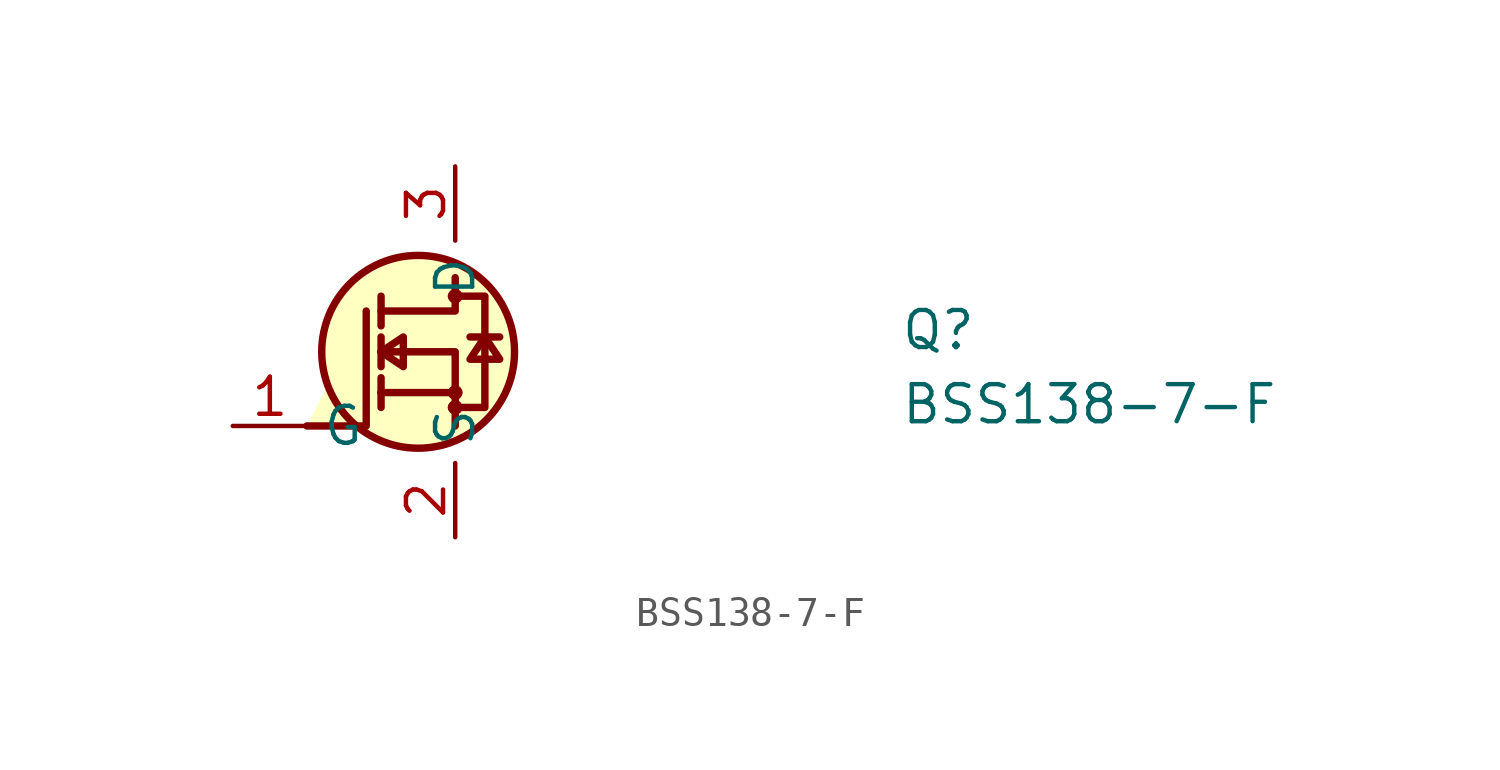
<source format=kicad_sym>
(kicad_symbol_lib
  (version 20211014)
  (generator kicad_symbol_editor)
  (symbol "BSS138-7-F"
    (property "Reference" "Q"
      (at 22.86 2.54 0)
      (effects (font (size 1.27 1.27) (thickness 0.15)) (justify left bottom)))
    (property "Value" "BSS138-7-F"
      (at 22.86 0 0)
      (effects (font (size 1.27 1.27) (thickness 0.15)) (justify left bottom)))
    (symbol "BSS138-7-F_1_1"
      (polyline (pts (xy 5.08 1.143) (xy 5.08 0.635)) (stroke (width 0.254) (type default) (color 0 0 0 0)) (fill (type background)))
      (polyline (pts (xy 5.08 1.143) (xy 5.08 1.651)) (stroke (width 0.254) (type default) (color 0 0 0 0)) (fill (type background)))
      (polyline (pts (xy 5.08 2.54) (xy 5.08 2.032)) (stroke (width 0.254) (type default) (color 0 0 0 0)) (fill (type background)))
      (polyline (pts (xy 5.08 2.54) (xy 5.08 3.048)) (stroke (width 0.254) (type default) (color 0 0 0 0)) (fill (type background)))
      (polyline (pts (xy 5.08 4.445) (xy 5.08 3.429)) (stroke (width 0.254) (type default) (color 0 0 0 0)) (fill (type background)))
      (polyline (pts (xy 7.62 1.143) (xy 5.08 1.143)) (stroke (width 0.254) (type default) (color 0 0 0 0)) (fill (type background)))
      (polyline (pts (xy 9.144 3.048) (xy 8.128 3.048)) (stroke (width 0.254) (type default) (color 0 0 0 0)) (fill (type background)))
      (polyline (pts (xy 2.54 0) (xy 4.572 0) (xy 4.572 3.937)) (stroke (width 0.254) (type default) (color 0 0 0 0)) (fill (type background)))
      (polyline (pts (xy 7.62 0) (xy 7.62 2.54) (xy 5.08 2.54)) (stroke (width 0.254) (type default) (color 0 0 0 0)) (fill (type background)))
      (polyline (pts (xy 7.62 5.08) (xy 7.62 3.937) (xy 5.08 3.937)) (stroke (width 0.254) (type default) (color 0 0 0 0)) (fill (type background)))
      (polyline (pts (xy 5.08 2.54) (xy 5.842 3.048) (xy 5.842 2.032) (xy 5.08 2.54)) (stroke (width 0.254) (type default) (color 0 0 0 0)) (fill (type background)))
      (polyline (pts (xy 8.636 3.048) (xy 8.128 2.286) (xy 9.144 2.286) (xy 8.636 3.048)) (stroke (width 0.254) (type default) (color 0 0 0 0)) (fill (type background)))
      (polyline (pts (xy 7.493 0.635) (xy 8.636 0.635) (xy 8.636 3.937) (xy 8.636 4.445) (xy 7.493 4.445)) (stroke (width 0.254) (type default) (color 0 0 0 0)) (fill (type background)))
      (circle (center 6.35 2.54) (radius 3.302) (stroke (width 0.254) (type default) (color 0 0 0 0)) (fill (type background)))
      (circle (center 7.62 0.635) (radius 0.127) (stroke (width 0.254) (type default) (color 0 0 0 0)) (fill (type background)))
      (circle (center 7.62 1.143) (radius 0.127) (stroke (width 0.254) (type default) (color 0 0 0 0)) (fill (type background)))
      (circle (center 7.62 4.445) (radius 0.127) (stroke (width 0.254) (type default) (color 0 0 0 0)) (fill (type background)))
      (pin bidirectional line (at 0 0 0) (length 2.54) (name "G" (effects (font (size 1.27 1.27)))) (number "1" (effects (font (size 1.27 1.27)))))
      (pin bidirectional line (at 7.62 -3.81 90) (length 2.54) (name "S" (effects (font (size 1.27 1.27)))) (number "2" (effects (font (size 1.27 1.27)))))
      (pin bidirectional line (at 7.62 8.89 270) (length 2.54) (name "D" (effects (font (size 1.27 1.27)))) (number "3" (effects (font (size 1.27 1.27))))))))
</source>
